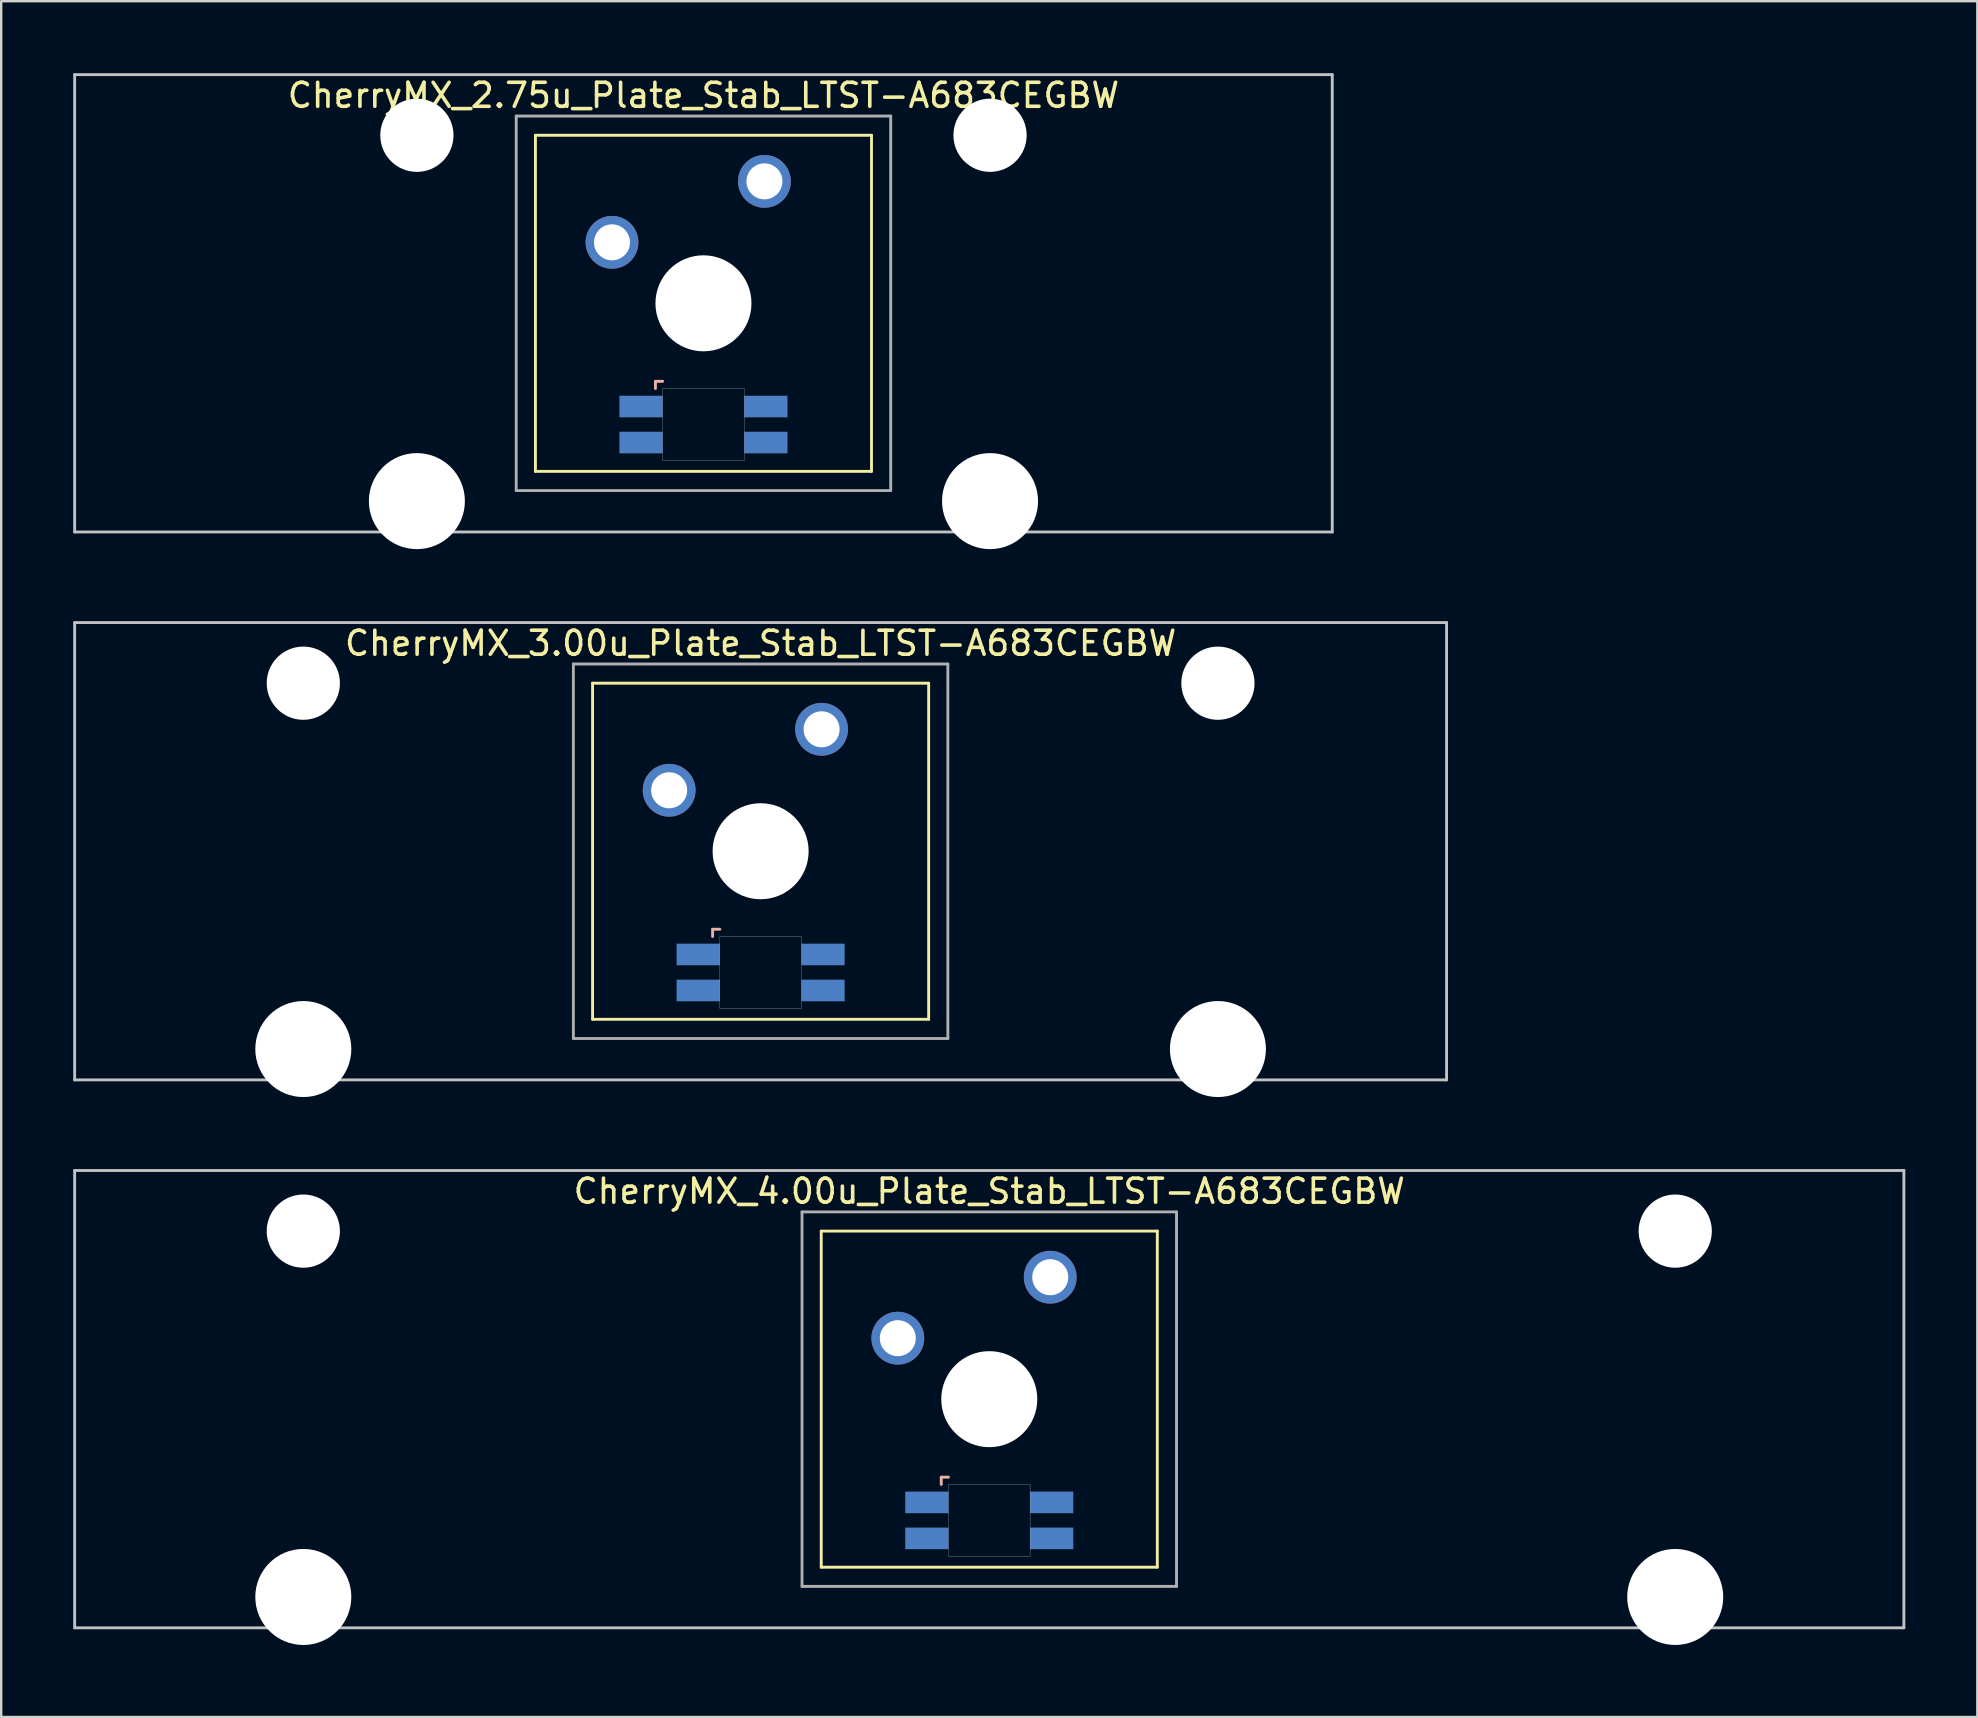
<source format=kicad_pcb>
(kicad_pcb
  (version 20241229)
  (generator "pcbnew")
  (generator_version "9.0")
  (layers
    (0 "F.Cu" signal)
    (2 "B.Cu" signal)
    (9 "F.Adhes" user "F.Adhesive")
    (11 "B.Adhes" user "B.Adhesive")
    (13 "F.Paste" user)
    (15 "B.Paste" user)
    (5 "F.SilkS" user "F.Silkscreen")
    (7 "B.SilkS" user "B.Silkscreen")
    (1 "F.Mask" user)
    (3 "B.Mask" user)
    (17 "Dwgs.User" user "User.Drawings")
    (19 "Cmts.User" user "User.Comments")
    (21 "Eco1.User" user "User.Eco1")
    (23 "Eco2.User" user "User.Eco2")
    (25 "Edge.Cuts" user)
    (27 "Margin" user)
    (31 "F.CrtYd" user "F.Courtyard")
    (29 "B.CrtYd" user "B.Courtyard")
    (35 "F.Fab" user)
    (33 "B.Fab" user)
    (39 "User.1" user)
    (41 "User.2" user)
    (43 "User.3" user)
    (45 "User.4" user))
  (footprint "CherryMX_4.00u_Plate_Stab_LTST-A683CEGBW"
    (layer "F.Cu")
    (at 38.16 55.235)
    (property "Reference" "CherryMX_4.00u_Plate_Stab_LTST-A683CEGBW" (at 0 -8.662 0) (layer "F.SilkS") (effects (font (size 1 1) (thickness 0.15))))
    (attr through_hole)
    (fp_line (start -7 -7) (end -7 7) (stroke (width 0.12) (type solid)) (layer "F.SilkS"))
    (fp_line (start -7 -7) (end 7 -7) (stroke (width 0.12) (type solid)) (layer "F.SilkS"))
    (fp_line (start 7 -7) (end 7 7) (stroke (width 0.12) (type solid)) (layer "F.SilkS"))
    (fp_line (start 7 7) (end -7 7) (stroke (width 0.12) (type solid)) (layer "F.SilkS"))
    (fp_line (start -2 3.25) (end -2 3.55) (stroke (width 0.12) (type solid)) (layer "B.SilkS"))
    (fp_line (start -1.7 3.25) (end -2 3.25) (stroke (width 0.12) (type solid)) (layer "B.SilkS"))
    (fp_line (start -38.1 -9.525) (end 38.1 -9.525) (stroke (width 0.12) (type solid)) (layer "Dwgs.User"))
    (fp_line (start -38.1 9.525) (end -38.1 -9.525) (stroke (width 0.12) (type solid)) (layer "Dwgs.User"))
    (fp_line (start 38.1 -9.525) (end 38.1 9.525) (stroke (width 0.12) (type solid)) (layer "Dwgs.User"))
    (fp_line (start 38.1 9.525) (end -38.1 9.525) (stroke (width 0.12) (type solid)) (layer "Dwgs.User"))
    (fp_poly (pts (xy 1.7 6.55) (xy -1.7 6.55) (xy -1.7 3.55) (xy 1.7 3.55)) (stroke (width 0.01) (type solid)) (fill no) (layer "Edge.Cuts"))
    (fp_line (start -7.8 -7.8) (end -7.8 7.8) (stroke (width 0.12) (type solid)) (layer "F.Fab"))
    (fp_line (start -7.8 -7.8) (end 7.8 -7.8) (stroke (width 0.12) (type solid)) (layer "F.Fab"))
    (fp_line (start -7.8 7.8) (end 7.8 7.8) (stroke (width 0.12) (type solid)) (layer "F.Fab"))
    (fp_line (start 7.8 -7.8) (end 7.8 7.8) (stroke (width 0.12) (type solid)) (layer "F.Fab"))
    (pad "" np_thru_hole circle (at -28.575 -7) (size 3.05 3.05) (drill 3.05) (layers "*.Cu" "*.Mask"))
    (pad "" np_thru_hole circle (at -28.575 8.24) (size 4 4) (drill 4) (layers "*.Cu" "*.Mask"))
    (pad "" np_thru_hole circle (at 0 0) (size 4 4) (drill 4) (layers "*.Cu" "*.Mask"))
    (pad "" np_thru_hole circle (at 28.575 -7) (size 3.05 3.05) (drill 3.05) (layers "*.Cu" "*.Mask"))
    (pad "" np_thru_hole circle (at 28.575 8.24) (size 4 4) (drill 4) (layers "*.Cu" "*.Mask"))
    (pad "1" thru_hole circle (at -3.81 -2.54) (size 2.2 2.2) (drill 1.5) (layers "*.Cu" "*.Mask"))
    (pad "2" thru_hole circle (at 2.54 -5.08) (size 2.2 2.2) (drill 1.5) (layers "*.Cu" "*.Mask"))
    (pad "3" smd rect (at -2.6 4.3) (size 1.8 0.9) (layers "B.Cu" "B.Mask" "B.Paste"))
    (pad "4" smd rect (at -2.6 5.8) (size 1.8 0.9) (layers "B.Cu" "B.Mask" "B.Paste"))
    (pad "5" smd rect (at 2.6 4.3) (size 1.8 0.9) (layers "B.Cu" "B.Mask" "B.Paste"))
    (pad "6" smd rect (at 2.6 5.8) (size 1.8 0.9) (layers "B.Cu" "B.Mask" "B.Paste")))
  (footprint "CherryMX_3.00u_Plate_Stab_LTST-A683CEGBW"
    (layer "F.Cu")
    (at 28.635 32.41)
    (property "Reference" "CherryMX_3.00u_Plate_Stab_LTST-A683CEGBW" (at 0 -8.662 0) (layer "F.SilkS") (effects (font (size 1 1) (thickness 0.15))))
    (attr through_hole)
    (fp_line (start -7 -7) (end -7 7) (stroke (width 0.12) (type solid)) (layer "F.SilkS"))
    (fp_line (start -7 -7) (end 7 -7) (stroke (width 0.12) (type solid)) (layer "F.SilkS"))
    (fp_line (start 7 -7) (end 7 7) (stroke (width 0.12) (type solid)) (layer "F.SilkS"))
    (fp_line (start 7 7) (end -7 7) (stroke (width 0.12) (type solid)) (layer "F.SilkS"))
    (fp_line (start -2 3.25) (end -2 3.55) (stroke (width 0.12) (type solid)) (layer "B.SilkS"))
    (fp_line (start -1.7 3.25) (end -2 3.25) (stroke (width 0.12) (type solid)) (layer "B.SilkS"))
    (fp_line (start -28.575 -9.525) (end 28.575 -9.525) (stroke (width 0.12) (type solid)) (layer "Dwgs.User"))
    (fp_line (start -28.575 9.525) (end -28.575 -9.525) (stroke (width 0.12) (type solid)) (layer "Dwgs.User"))
    (fp_line (start 28.575 -9.525) (end 28.575 9.525) (stroke (width 0.12) (type solid)) (layer "Dwgs.User"))
    (fp_line (start 28.575 9.525) (end -28.575 9.525) (stroke (width 0.12) (type solid)) (layer "Dwgs.User"))
    (fp_poly (pts (xy 1.7 6.55) (xy -1.7 6.55) (xy -1.7 3.55) (xy 1.7 3.55)) (stroke (width 0.01) (type solid)) (fill no) (layer "Edge.Cuts"))
    (fp_line (start -7.8 -7.8) (end -7.8 7.8) (stroke (width 0.12) (type solid)) (layer "F.Fab"))
    (fp_line (start -7.8 -7.8) (end 7.8 -7.8) (stroke (width 0.12) (type solid)) (layer "F.Fab"))
    (fp_line (start -7.8 7.8) (end 7.8 7.8) (stroke (width 0.12) (type solid)) (layer "F.Fab"))
    (fp_line (start 7.8 -7.8) (end 7.8 7.8) (stroke (width 0.12) (type solid)) (layer "F.Fab"))
    (pad "" np_thru_hole circle (at -19.05 -7) (size 3.05 3.05) (drill 3.05) (layers "*.Cu" "*.Mask"))
    (pad "" np_thru_hole circle (at -19.05 8.24) (size 4 4) (drill 4) (layers "*.Cu" "*.Mask"))
    (pad "" np_thru_hole circle (at 0 0) (size 4 4) (drill 4) (layers "*.Cu" "*.Mask"))
    (pad "" np_thru_hole circle (at 19.05 -7) (size 3.05 3.05) (drill 3.05) (layers "*.Cu" "*.Mask"))
    (pad "" np_thru_hole circle (at 19.05 8.24) (size 4 4) (drill 4) (layers "*.Cu" "*.Mask"))
    (pad "1" thru_hole circle (at -3.81 -2.54) (size 2.2 2.2) (drill 1.5) (layers "*.Cu" "*.Mask"))
    (pad "2" thru_hole circle (at 2.54 -5.08) (size 2.2 2.2) (drill 1.5) (layers "*.Cu" "*.Mask"))
    (pad "3" smd rect (at -2.6 4.3) (size 1.8 0.9) (layers "B.Cu" "B.Mask" "B.Paste"))
    (pad "4" smd rect (at -2.6 5.8) (size 1.8 0.9) (layers "B.Cu" "B.Mask" "B.Paste"))
    (pad "5" smd rect (at 2.6 4.3) (size 1.8 0.9) (layers "B.Cu" "B.Mask" "B.Paste"))
    (pad "6" smd rect (at 2.6 5.8) (size 1.8 0.9) (layers "B.Cu" "B.Mask" "B.Paste")))
  (footprint "CherryMX_2.75u_Plate_Stab_LTST-A683CEGBW"
    (layer "F.Cu")
    (at 26.254 9.585)
    (property "Reference" "CherryMX_2.75u_Plate_Stab_LTST-A683CEGBW" (at 0 -8.662 0) (layer "F.SilkS") (effects (font (size 1 1) (thickness 0.15))))
    (attr through_hole)
    (fp_line (start -7 -7) (end -7 7) (stroke (width 0.12) (type solid)) (layer "F.SilkS"))
    (fp_line (start -7 -7) (end 7 -7) (stroke (width 0.12) (type solid)) (layer "F.SilkS"))
    (fp_line (start 7 -7) (end 7 7) (stroke (width 0.12) (type solid)) (layer "F.SilkS"))
    (fp_line (start 7 7) (end -7 7) (stroke (width 0.12) (type solid)) (layer "F.SilkS"))
    (fp_line (start -2 3.25) (end -2 3.55) (stroke (width 0.12) (type solid)) (layer "B.SilkS"))
    (fp_line (start -1.7 3.25) (end -2 3.25) (stroke (width 0.12) (type solid)) (layer "B.SilkS"))
    (fp_line (start -26.194 -9.525) (end 26.194 -9.525) (stroke (width 0.12) (type solid)) (layer "Dwgs.User"))
    (fp_line (start -26.194 9.525) (end -26.194 -9.525) (stroke (width 0.12) (type solid)) (layer "Dwgs.User"))
    (fp_line (start 26.194 -9.525) (end 26.194 9.525) (stroke (width 0.12) (type solid)) (layer "Dwgs.User"))
    (fp_line (start 26.194 9.525) (end -26.194 9.525) (stroke (width 0.12) (type solid)) (layer "Dwgs.User"))
    (fp_poly (pts (xy 1.7 6.55) (xy -1.7 6.55) (xy -1.7 3.55) (xy 1.7 3.55)) (stroke (width 0.01) (type solid)) (fill no) (layer "Edge.Cuts"))
    (fp_line (start -7.8 -7.8) (end -7.8 7.8) (stroke (width 0.12) (type solid)) (layer "F.Fab"))
    (fp_line (start -7.8 -7.8) (end 7.8 -7.8) (stroke (width 0.12) (type solid)) (layer "F.Fab"))
    (fp_line (start -7.8 7.8) (end 7.8 7.8) (stroke (width 0.12) (type solid)) (layer "F.Fab"))
    (fp_line (start 7.8 -7.8) (end 7.8 7.8) (stroke (width 0.12) (type solid)) (layer "F.Fab"))
    (pad "" np_thru_hole circle (at -11.938 -7) (size 3.05 3.05) (drill 3.05) (layers "*.Cu" "*.Mask"))
    (pad "" np_thru_hole circle (at -11.938 8.24) (size 4 4) (drill 4) (layers "*.Cu" "*.Mask"))
    (pad "" np_thru_hole circle (at 0 0) (size 4 4) (drill 4) (layers "*.Cu" "*.Mask"))
    (pad "" np_thru_hole circle (at 11.938 -7) (size 3.05 3.05) (drill 3.05) (layers "*.Cu" "*.Mask"))
    (pad "" np_thru_hole circle (at 11.938 8.24) (size 4 4) (drill 4) (layers "*.Cu" "*.Mask"))
    (pad "1" thru_hole circle (at -3.81 -2.54) (size 2.2 2.2) (drill 1.5) (layers "*.Cu" "*.Mask"))
    (pad "2" thru_hole circle (at 2.54 -5.08) (size 2.2 2.2) (drill 1.5) (layers "*.Cu" "*.Mask"))
    (pad "3" smd rect (at -2.6 4.3) (size 1.8 0.9) (layers "B.Cu" "B.Mask" "B.Paste"))
    (pad "4" smd rect (at -2.6 5.8) (size 1.8 0.9) (layers "B.Cu" "B.Mask" "B.Paste"))
    (pad "5" smd rect (at 2.6 4.3) (size 1.8 0.9) (layers "B.Cu" "B.Mask" "B.Paste"))
    (pad "6" smd rect (at 2.6 5.8) (size 1.8 0.9) (layers "B.Cu" "B.Mask" "B.Paste")))
  (gr_rect
    (start -3 -3)
    (end 79.32 68.475)
    (stroke (width 0.1) (type default))
    (fill no)
    (layer "Edge.Cuts")))
</source>
